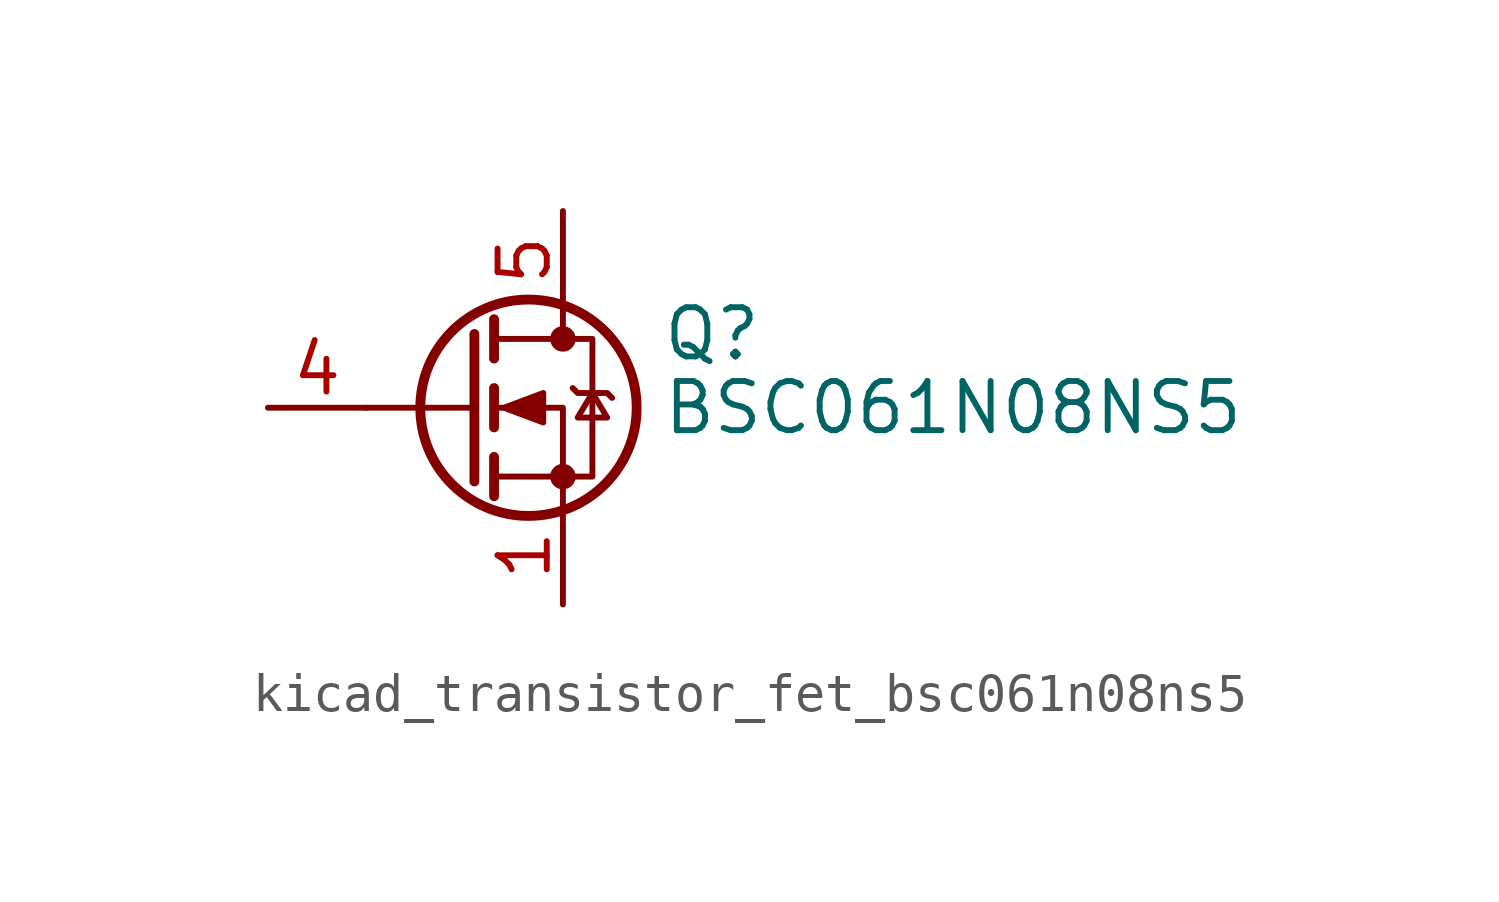
<source format=kicad_sym>
(kicad_symbol_lib
  (version 20220914)
  (generator kicad_symbol_editor)
  (symbol "kicad_transistor_fet_bsc061n08ns5"
    (pin_names hide)
    (property "Reference" "Q"
      (at 5.08 1.905 0)
      (effects (font (size 1.27 1.27)) (justify left)))
    (property "Value" "BSC061N08NS5"
      (at 5.08 0 0)
      (effects (font (size 1.27 1.27)) (justify left)))
    (symbol "kicad_transistor_fet_bsc061n08ns5_0_1"
      (polyline (pts (xy 0.254 0) (xy -2.54 0)) (stroke (width 0) (type default)) (fill (type none)))
      (polyline (pts (xy 0.254 1.905) (xy 0.254 -1.905)) (stroke (width 0.254) (type default)) (fill (type none)))
      (polyline (pts (xy 0.762 -1.27) (xy 0.762 -2.286)) (stroke (width 0.254) (type default)) (fill (type none)))
      (polyline (pts (xy 0.762 0.508) (xy 0.762 -0.508)) (stroke (width 0.254) (type default)) (fill (type none)))
      (polyline (pts (xy 0.762 2.286) (xy 0.762 1.27)) (stroke (width 0.254) (type default)) (fill (type none)))
      (polyline (pts (xy 2.54 2.54) (xy 2.54 1.778)) (stroke (width 0) (type default)) (fill (type none)))
      (polyline (pts (xy 2.54 -2.54) (xy 2.54 0) (xy 0.762 0)) (stroke (width 0) (type default)) (fill (type none)))
      (polyline (pts (xy 0.762 -1.778) (xy 3.302 -1.778) (xy 3.302 1.778) (xy 0.762 1.778)) (stroke (width 0) (type default)) (fill (type none)))
      (polyline (pts (xy 1.016 0) (xy 2.032 0.381) (xy 2.032 -0.381) (xy 1.016 0)) (stroke (width 0) (type default)) (fill (type outline)))
      (polyline (pts (xy 2.794 0.508) (xy 2.921 0.381) (xy 3.683 0.381) (xy 3.81 0.254)) (stroke (width 0) (type default)) (fill (type none)))
      (polyline (pts (xy 3.302 0.381) (xy 2.921 -0.254) (xy 3.683 -0.254) (xy 3.302 0.381)) (stroke (width 0) (type default)) (fill (type none)))
      (circle (center 1.651 0) (radius 2.794) (stroke (width 0.254) (type default)) (fill (type none)))
      (circle (center 2.54 -1.778) (radius 0.254) (stroke (width 0) (type default)) (fill (type outline)))
      (circle (center 2.54 1.778) (radius 0.254) (stroke (width 0) (type default)) (fill (type outline))))
    (symbol "kicad_transistor_fet_bsc061n08ns5_1_1"
      (pin passive line (at 2.54 -5.08 90) (length 2.54) (name "S" (effects (font (size 1.27 1.27)))) (number "1" (effects (font (size 1.27 1.27)))))
      (pin passive line (at 2.54 -5.08 90) (length 2.54) hide (name "S" (effects (font (size 1.27 1.27)))) (number "2" (effects (font (size 1.27 1.27)))))
      (pin passive line (at 2.54 -5.08 90) (length 2.54) hide (name "S" (effects (font (size 1.27 1.27)))) (number "3" (effects (font (size 1.27 1.27)))))
      (pin passive line (at -5.08 0 0) (length 2.54) (name "G" (effects (font (size 1.27 1.27)))) (number "4" (effects (font (size 1.27 1.27)))))
      (pin passive line (at 2.54 5.08 270) (length 2.54) (name "D" (effects (font (size 1.27 1.27)))) (number "5" (effects (font (size 1.27 1.27))))))))
</source>
